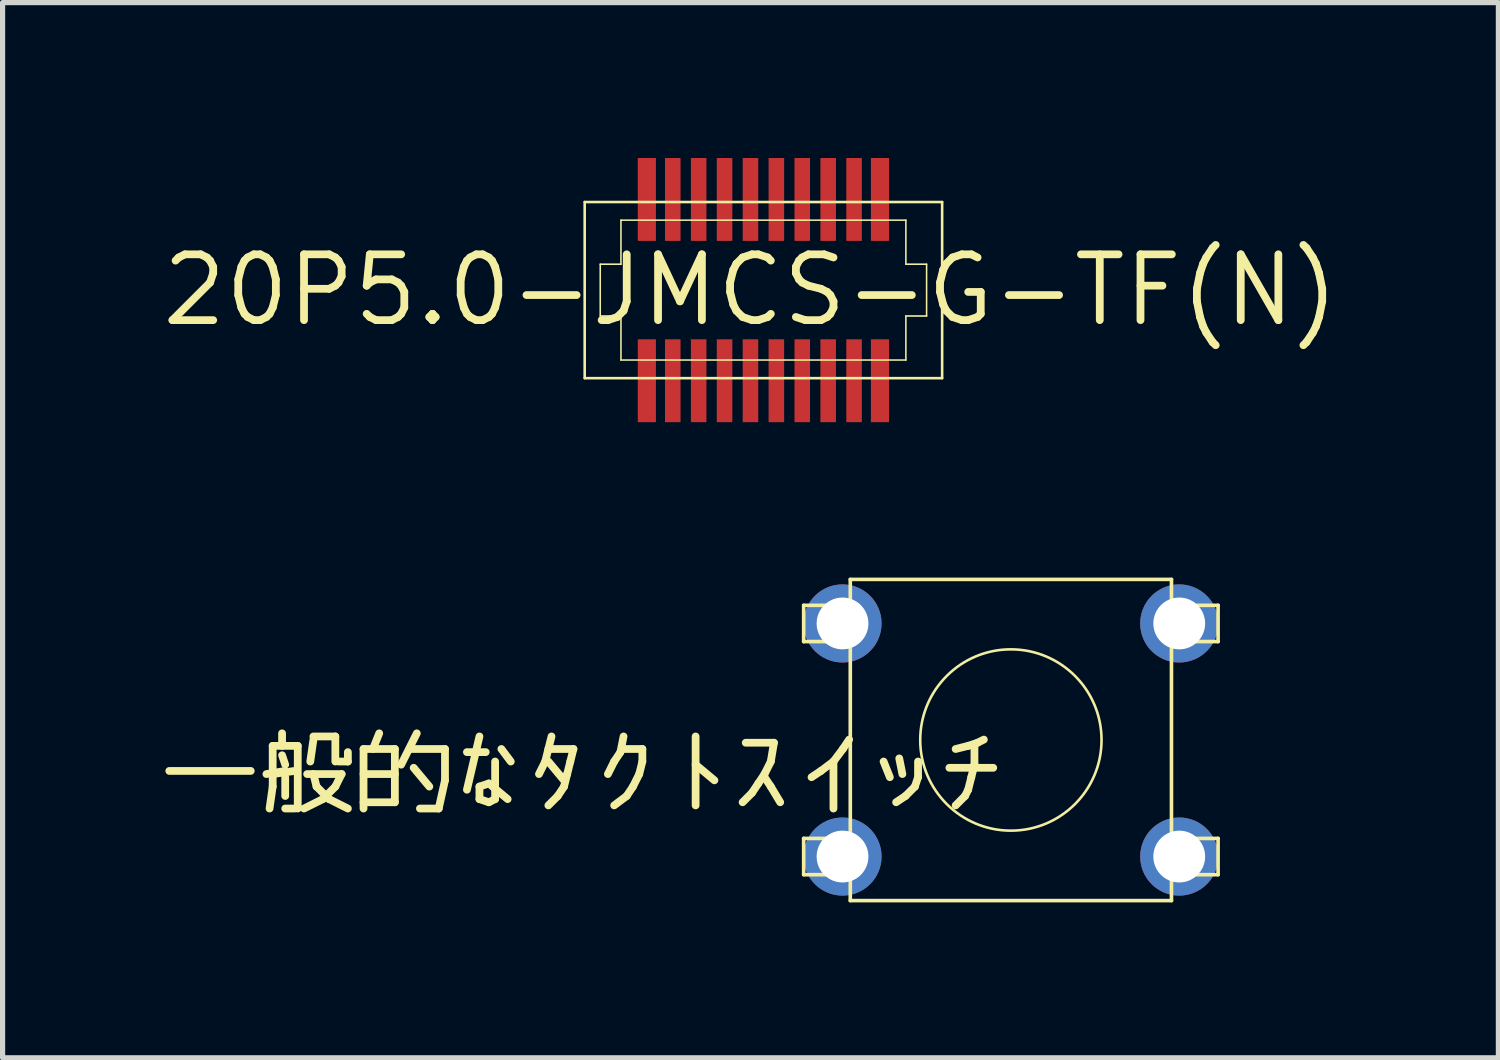
<source format=kicad_pcb>
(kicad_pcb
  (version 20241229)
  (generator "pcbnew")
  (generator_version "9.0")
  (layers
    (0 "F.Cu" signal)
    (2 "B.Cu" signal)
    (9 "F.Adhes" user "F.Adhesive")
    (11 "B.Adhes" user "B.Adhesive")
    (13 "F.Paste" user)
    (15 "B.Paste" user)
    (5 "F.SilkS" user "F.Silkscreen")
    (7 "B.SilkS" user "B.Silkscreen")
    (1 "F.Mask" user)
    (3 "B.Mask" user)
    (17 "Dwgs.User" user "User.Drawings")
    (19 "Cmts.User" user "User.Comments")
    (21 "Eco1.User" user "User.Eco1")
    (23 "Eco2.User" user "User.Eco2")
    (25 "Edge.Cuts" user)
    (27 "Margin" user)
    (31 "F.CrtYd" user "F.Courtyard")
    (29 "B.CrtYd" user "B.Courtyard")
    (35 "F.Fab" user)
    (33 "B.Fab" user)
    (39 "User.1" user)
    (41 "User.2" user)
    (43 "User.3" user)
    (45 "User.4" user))
  (footprint "20P5.0-JMCS-G-TF(N)"
    (layer "F.Cu")
    (at 11.437 2.55)
    (property "Reference" "20P5.0-JMCS-G-TF(N)" (at 0 0 0) (layer "F.SilkS") (effects (font (size 1.27 1.27) (thickness 0.15))))
    (attr through_hole)
    (fp_line (start -3.2 -1.7) (end 3.7 -1.7) (stroke (width 0.05) (type solid)) (layer "F.SilkS"))
    (fp_line (start -3.2 1.7) (end -3.2 -1.7) (stroke (width 0.05) (type solid)) (layer "F.SilkS"))
    (fp_line (start -2.9 -0.5) (end -2.5 -0.5) (stroke (width 0.03) (type solid)) (layer "F.SilkS"))
    (fp_line (start -2.9 0.5) (end -2.9 -0.5) (stroke (width 0.03) (type solid)) (layer "F.SilkS"))
    (fp_line (start -2.5 -1.35) (end 3 -1.35) (stroke (width 0.03) (type solid)) (layer "F.SilkS"))
    (fp_line (start -2.5 -0.5) (end -2.5 -1.35) (stroke (width 0.03) (type solid)) (layer "F.SilkS"))
    (fp_line (start -2.5 0.5) (end -2.9 0.5) (stroke (width 0.03) (type solid)) (layer "F.SilkS"))
    (fp_line (start -2.5 1.35) (end -2.5 0.5) (stroke (width 0.03) (type solid)) (layer "F.SilkS"))
    (fp_line (start 3 -1.35) (end 3 -0.5) (stroke (width 0.03) (type solid)) (layer "F.SilkS"))
    (fp_line (start 3 -0.5) (end 3.4 -0.5) (stroke (width 0.03) (type solid)) (layer "F.SilkS"))
    (fp_line (start 3 0.5) (end 3 1.35) (stroke (width 0.03) (type solid)) (layer "F.SilkS"))
    (fp_line (start 3 1.35) (end -2.5 1.35) (stroke (width 0.03) (type solid)) (layer "F.SilkS"))
    (fp_line (start 3.4 -0.5) (end 3.4 0.5) (stroke (width 0.03) (type solid)) (layer "F.SilkS"))
    (fp_line (start 3.4 0.5) (end 3 0.5) (stroke (width 0.03) (type solid)) (layer "F.SilkS"))
    (fp_line (start 3.7 -1.7) (end 3.7 1.7) (stroke (width 0.05) (type solid)) (layer "F.SilkS"))
    (fp_line (start 3.7 1.7) (end -3.2 1.7) (stroke (width 0.05) (type solid)) (layer "F.SilkS"))
    (pad "GND" smd rect (at 2 -1.75 90) (size 1.6 0.3) (layers "F.Cu" "F.Mask" "F.Paste"))
    (pad "IO1/BUSY" smd rect (at -2 1.75 90) (size 1.6 0.35) (layers "F.Cu" "F.Mask" "F.Paste"))
    (pad "IO2" smd rect (at -2 -1.75 90) (size 1.6 0.35) (layers "F.Cu" "F.Mask" "F.Paste"))
    (pad "IO3" smd rect (at -1.5 1.75 90) (size 1.6 0.3) (layers "F.Cu" "F.Mask" "F.Paste"))
    (pad "IO4" smd rect (at -1.5 -1.75 90) (size 1.6 0.3) (layers "F.Cu" "F.Mask" "F.Paste"))
    (pad "IO5" smd rect (at -1 1.75 90) (size 1.6 0.3) (layers "F.Cu" "F.Mask" "F.Paste"))
    (pad "IO6/RXD" smd rect (at -1 -1.75 90) (size 1.6 0.3) (layers "F.Cu" "F.Mask" "F.Paste"))
    (pad "IO7/TXD" smd rect (at -0.5 1.75 90) (size 1.6 0.3) (layers "F.Cu" "F.Mask" "F.Paste"))
    (pad "IO8" smd rect (at -0.5 -1.75 90) (size 1.6 0.3) (layers "F.Cu" "F.Mask" "F.Paste"))
    (pad "IO9" smd rect (at 0 1.75 90) (size 1.6 0.3) (layers "F.Cu" "F.Mask" "F.Paste"))
    (pad "IO10" smd rect (at 0 -1.75 90) (size 1.6 0.3) (layers "F.Cu" "F.Mask" "F.Paste"))
    (pad "REG" smd rect (at 1.5 -1.75 90) (size 1.6 0.3) (layers "F.Cu" "F.Mask" "F.Paste"))
    (pad "RESET" smd rect (at 2.5 1.75 90) (size 1.6 0.35) (layers "F.Cu" "F.Mask" "F.Paste"))
    (pad "RSV1" smd rect (at 0.5 1.75 90) (size 1.6 0.3) (layers "F.Cu" "F.Mask" "F.Paste"))
    (pad "RSV2" smd rect (at 0.5 -1.75 90) (size 1.6 0.3) (layers "F.Cu" "F.Mask" "F.Paste"))
    (pad "RSV3" smd rect (at 1 1.75 90) (size 1.6 0.3) (layers "F.Cu" "F.Mask" "F.Paste"))
    (pad "RSV4" smd rect (at 1 -1.75 90) (size 1.6 0.3) (layers "F.Cu" "F.Mask" "F.Paste"))
    (pad "RSV5" smd rect (at 2.5 -1.75 90) (size 1.6 0.35) (layers "F.Cu" "F.Mask" "F.Paste"))
    (pad "STATUS" smd rect (at 1.5 1.75 90) (size 1.6 0.3) (layers "F.Cu" "F.Mask" "F.Paste"))
    (pad "VCC" smd rect (at 2 1.75 90) (size 1.6 0.3) (layers "F.Cu" "F.Mask" "F.Paste")))
  (footprint "一般的なタクトスイッチ"
    (layer "F.Cu")
    (at 16.464 11.235)
    (property "Reference" "一般的なタクトスイッチ" (at 0 0 0) (layer "F.SilkS") (effects (font (size 1.27 1.27) (thickness 0.15)) (justify right top)))
    (attr through_hole)
    (fp_line (start -4 -2.6) (end -4 -1.9) (stroke (width 0.07) (type solid)) (layer "F.SilkS"))
    (fp_line (start -4 -1.9) (end -3.1 -1.9) (stroke (width 0.07) (type solid)) (layer "F.SilkS"))
    (fp_line (start -4 1.9) (end -4 2.6) (stroke (width 0.07) (type solid)) (layer "F.SilkS"))
    (fp_line (start -4 2.6) (end -3.1 2.6) (stroke (width 0.07) (type solid)) (layer "F.SilkS"))
    (fp_line (start -3.1 -3.1) (end -3.1 -2.6) (stroke (width 0.07) (type solid)) (layer "F.SilkS"))
    (fp_line (start -3.1 -2.6) (end -4 -2.6) (stroke (width 0.07) (type solid)) (layer "F.SilkS"))
    (fp_line (start -3.1 -2.6) (end -3.1 -1.9) (stroke (width 0.07) (type solid)) (layer "F.SilkS"))
    (fp_line (start -3.1 -2.6) (end -3.1 -1.9) (stroke (width 0.127) (type solid)) (layer "F.SilkS"))
    (fp_line (start -3.1 -1.9) (end -3.1 -2.6) (stroke (width 0.127) (type solid)) (layer "F.SilkS"))
    (fp_line (start -3.1 -1.9) (end -3.1 1.9) (stroke (width 0.07) (type solid)) (layer "F.SilkS"))
    (fp_line (start -3.1 1.9) (end -4 1.9) (stroke (width 0.07) (type solid)) (layer "F.SilkS"))
    (fp_line (start -3.1 1.9) (end -3.1 2.6) (stroke (width 0.07) (type solid)) (layer "F.SilkS"))
    (fp_line (start -3.1 2.6) (end -3.1 3.1) (stroke (width 0.07) (type solid)) (layer "F.SilkS"))
    (fp_line (start -3.1 3.1) (end 3.1 3.1) (stroke (width 0.07) (type solid)) (layer "F.SilkS"))
    (fp_line (start 3.1 -3.1) (end -3.1 -3.1) (stroke (width 0.07) (type solid)) (layer "F.SilkS"))
    (fp_line (start 3.1 -2.6) (end 3.1 -3.1) (stroke (width 0.07) (type solid)) (layer "F.SilkS"))
    (fp_line (start 3.1 -2.6) (end 4 -2.6) (stroke (width 0.07) (type solid)) (layer "F.SilkS"))
    (fp_line (start 3.1 -1.9) (end 3.1 -2.6) (stroke (width 0.07) (type solid)) (layer "F.SilkS"))
    (fp_line (start 3.1 1.9) (end 3.1 -1.9) (stroke (width 0.07) (type solid)) (layer "F.SilkS"))
    (fp_line (start 3.1 1.9) (end 4 1.9) (stroke (width 0.07) (type solid)) (layer "F.SilkS"))
    (fp_line (start 3.1 2.6) (end 3.1 1.9) (stroke (width 0.07) (type solid)) (layer "F.SilkS"))
    (fp_line (start 3.1 3.1) (end 3.1 2.6) (stroke (width 0.07) (type solid)) (layer "F.SilkS"))
    (fp_line (start 4 -2.6) (end 4 -1.9) (stroke (width 0.07) (type solid)) (layer "F.SilkS"))
    (fp_line (start 4 -1.9) (end 3.1 -1.9) (stroke (width 0.07) (type solid)) (layer "F.SilkS"))
    (fp_line (start 4 1.9) (end 4 2.6) (stroke (width 0.07) (type solid)) (layer "F.SilkS"))
    (fp_line (start 4 2.6) (end 3.1 2.6) (stroke (width 0.07) (type solid)) (layer "F.SilkS"))
    (fp_circle (center 0 0) (end 1.75 0) (stroke (width 0.05) (type solid)) (fill no) (layer "F.SilkS"))
    (pad "T1" thru_hole circle (at -3.25 -2.25) (size 1.508 1.508) (drill 1) (layers "*.Cu" "*.Mask"))
    (pad "T2" thru_hole circle (at 3.25 -2.25) (size 1.508 1.508) (drill 1) (layers "*.Cu" "*.Mask"))
    (pad "T3" thru_hole circle (at -3.25 2.25) (size 1.508 1.508) (drill 1) (layers "*.Cu" "*.Mask"))
    (pad "T4" thru_hole circle (at 3.25 2.25) (size 1.508 1.508) (drill 1) (layers "*.Cu" "*.Mask")))
  (gr_rect
    (start -3 -3)
    (end 25.875 17.37)
    (stroke (width 0.1) (type default))
    (fill no)
    (layer "Edge.Cuts")))
</source>
